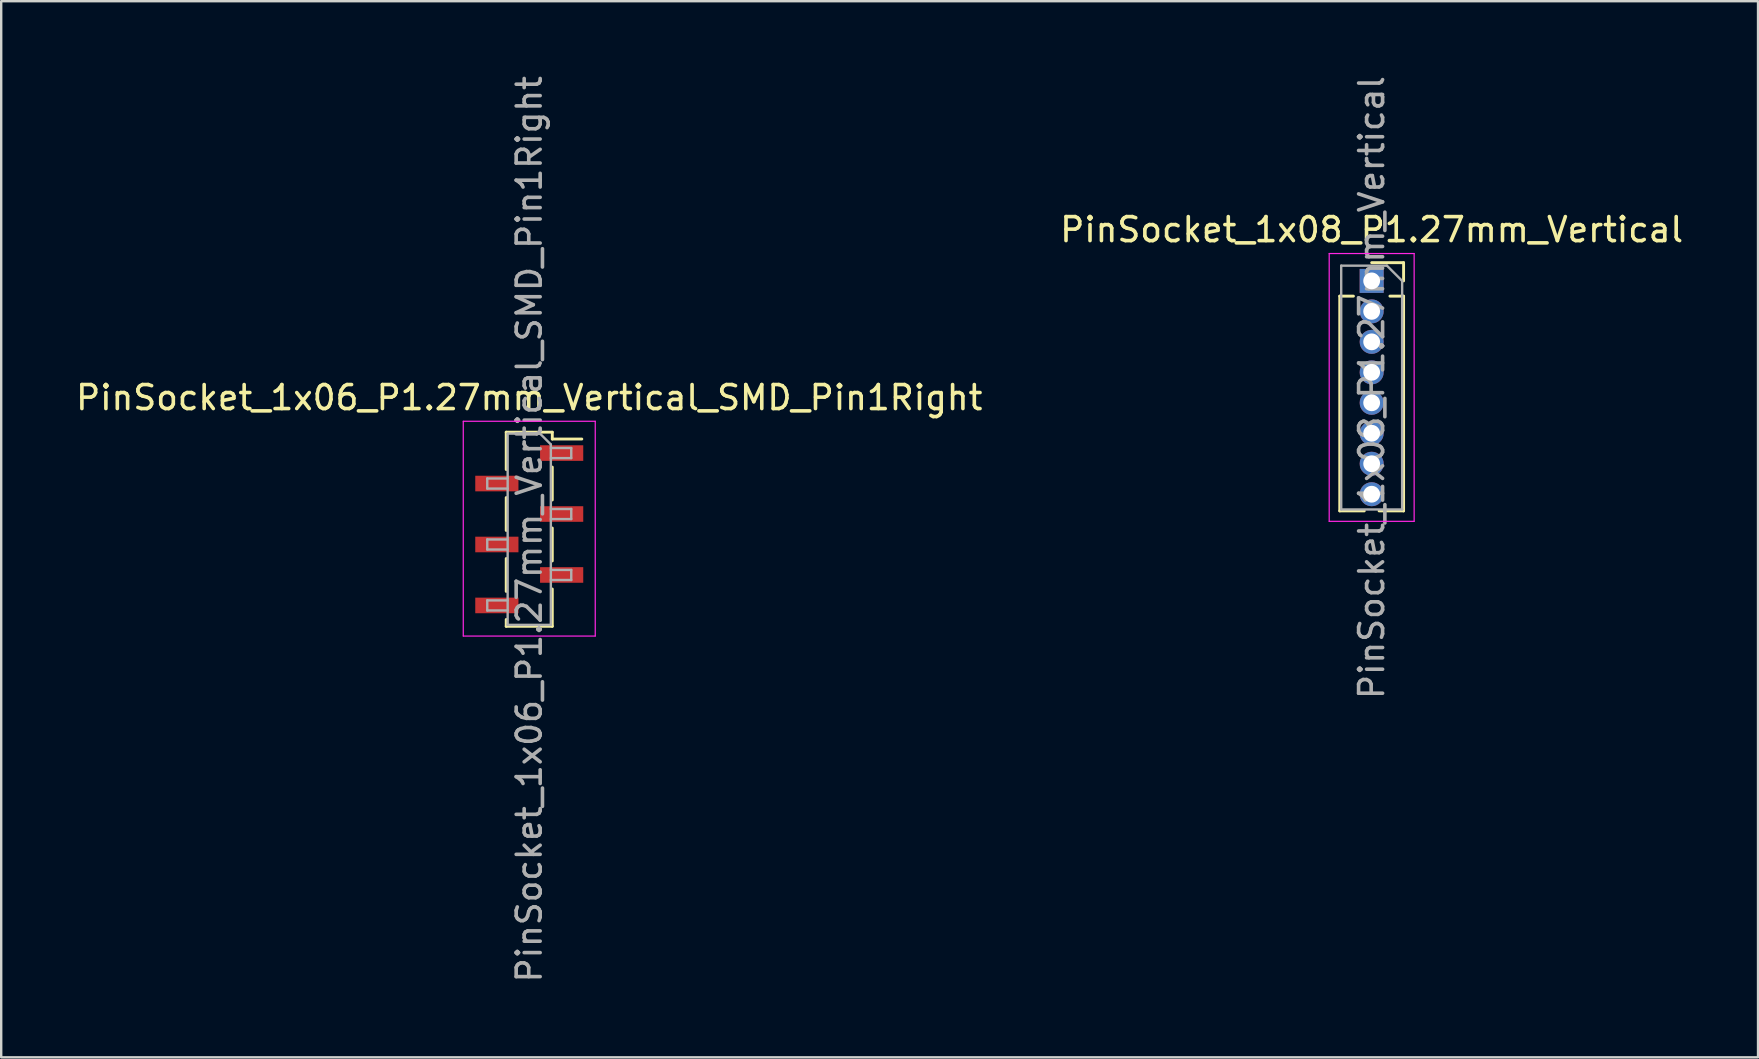
<source format=kicad_pcb>
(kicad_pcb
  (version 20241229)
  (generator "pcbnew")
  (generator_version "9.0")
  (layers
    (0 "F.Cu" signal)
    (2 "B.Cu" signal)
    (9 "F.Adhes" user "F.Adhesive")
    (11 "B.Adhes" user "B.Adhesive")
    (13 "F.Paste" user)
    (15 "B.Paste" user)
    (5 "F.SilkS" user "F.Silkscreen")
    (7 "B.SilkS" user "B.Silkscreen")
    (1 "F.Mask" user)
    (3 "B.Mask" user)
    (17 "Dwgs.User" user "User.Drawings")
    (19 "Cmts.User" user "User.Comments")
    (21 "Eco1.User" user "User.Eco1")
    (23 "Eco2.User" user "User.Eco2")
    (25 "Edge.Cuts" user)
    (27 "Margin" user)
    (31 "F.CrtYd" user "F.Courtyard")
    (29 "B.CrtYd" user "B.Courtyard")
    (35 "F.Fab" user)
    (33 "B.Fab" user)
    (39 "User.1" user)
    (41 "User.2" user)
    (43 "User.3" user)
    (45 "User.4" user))
  (footprint "PinSocket_1x06_P1.27mm_Vertical_SMD_Pin1Right"
    (layer "F.Cu")
    (at 19.006 19.006)
    (property "Reference" "PinSocket_1x06_P1.27mm_Vertical_SMD_Pin1Right" (at 0 -5.485 0) (layer "F.SilkS") (effects (font (size 1 1) (thickness 0.15))))
    (attr smd)
    (fp_line (start -0.96 -4.045) (end -0.96 -2.49) (stroke (width 0.12) (type solid)) (layer "F.SilkS"))
    (fp_line (start -0.96 -4.045) (end 0.96 -4.045) (stroke (width 0.12) (type solid)) (layer "F.SilkS"))
    (fp_line (start -0.96 -1.32) (end -0.96 0.05) (stroke (width 0.12) (type solid)) (layer "F.SilkS"))
    (fp_line (start -0.96 1.22) (end -0.96 2.59) (stroke (width 0.12) (type solid)) (layer "F.SilkS"))
    (fp_line (start -0.96 3.76) (end -0.96 4.045) (stroke (width 0.12) (type solid)) (layer "F.SilkS"))
    (fp_line (start -0.96 4.045) (end 0.96 4.045) (stroke (width 0.12) (type solid)) (layer "F.SilkS"))
    (fp_line (start 0.96 -4.045) (end 0.96 -3.76) (stroke (width 0.12) (type solid)) (layer "F.SilkS"))
    (fp_line (start 0.96 -3.76) (end 2.19 -3.76) (stroke (width 0.12) (type solid)) (layer "F.SilkS"))
    (fp_line (start 0.96 -2.59) (end 0.96 -1.22) (stroke (width 0.12) (type solid)) (layer "F.SilkS"))
    (fp_line (start 0.96 -0.05) (end 0.96 1.32) (stroke (width 0.12) (type solid)) (layer "F.SilkS"))
    (fp_line (start 0.96 2.49) (end 0.96 4.045) (stroke (width 0.12) (type solid)) (layer "F.SilkS"))
    (fp_line (start -2.75 -4.5) (end 2.75 -4.5) (stroke (width 0.05) (type solid)) (layer "F.CrtYd"))
    (fp_line (start -2.75 4.45) (end -2.75 -4.5) (stroke (width 0.05) (type solid)) (layer "F.CrtYd"))
    (fp_line (start 2.75 -4.5) (end 2.75 4.45) (stroke (width 0.05) (type solid)) (layer "F.CrtYd"))
    (fp_line (start 2.75 4.45) (end -2.75 4.45) (stroke (width 0.05) (type solid)) (layer "F.CrtYd"))
    (fp_line (start -1.75 -2.115) (end -0.9 -2.115) (stroke (width 0.1) (type solid)) (layer "F.Fab"))
    (fp_line (start -1.75 -1.695) (end -1.75 -2.115) (stroke (width 0.1) (type solid)) (layer "F.Fab"))
    (fp_line (start -1.75 0.425) (end -0.9 0.425) (stroke (width 0.1) (type solid)) (layer "F.Fab"))
    (fp_line (start -1.75 0.845) (end -1.75 0.425) (stroke (width 0.1) (type solid)) (layer "F.Fab"))
    (fp_line (start -1.75 2.965) (end -0.9 2.965) (stroke (width 0.1) (type solid)) (layer "F.Fab"))
    (fp_line (start -1.75 3.385) (end -1.75 2.965) (stroke (width 0.1) (type solid)) (layer "F.Fab"))
    (fp_line (start -0.9 -3.985) (end 0.45 -3.985) (stroke (width 0.1) (type solid)) (layer "F.Fab"))
    (fp_line (start -0.9 -1.695) (end -1.75 -1.695) (stroke (width 0.1) (type solid)) (layer "F.Fab"))
    (fp_line (start -0.9 0.845) (end -1.75 0.845) (stroke (width 0.1) (type solid)) (layer "F.Fab"))
    (fp_line (start -0.9 3.385) (end -1.75 3.385) (stroke (width 0.1) (type solid)) (layer "F.Fab"))
    (fp_line (start -0.9 3.985) (end -0.9 -3.985) (stroke (width 0.1) (type solid)) (layer "F.Fab"))
    (fp_line (start 0.45 -3.985) (end 0.9 -3.535) (stroke (width 0.1) (type solid)) (layer "F.Fab"))
    (fp_line (start 0.9 -3.535) (end 0.9 3.985) (stroke (width 0.1) (type solid)) (layer "F.Fab"))
    (fp_line (start 0.9 -3.385) (end 1.75 -3.385) (stroke (width 0.1) (type solid)) (layer "F.Fab"))
    (fp_line (start 0.9 -0.845) (end 1.75 -0.845) (stroke (width 0.1) (type solid)) (layer "F.Fab"))
    (fp_line (start 0.9 1.695) (end 1.75 1.695) (stroke (width 0.1) (type solid)) (layer "F.Fab"))
    (fp_line (start 0.9 3.985) (end -0.9 3.985) (stroke (width 0.1) (type solid)) (layer "F.Fab"))
    (fp_line (start 1.75 -3.385) (end 1.75 -2.965) (stroke (width 0.1) (type solid)) (layer "F.Fab"))
    (fp_line (start 1.75 -2.965) (end 0.9 -2.965) (stroke (width 0.1) (type solid)) (layer "F.Fab"))
    (fp_line (start 1.75 -0.845) (end 1.75 -0.425) (stroke (width 0.1) (type solid)) (layer "F.Fab"))
    (fp_line (start 1.75 -0.425) (end 0.9 -0.425) (stroke (width 0.1) (type solid)) (layer "F.Fab"))
    (fp_line (start 1.75 1.695) (end 1.75 2.115) (stroke (width 0.1) (type solid)) (layer "F.Fab"))
    (fp_line (start 1.75 2.115) (end 0.9 2.115) (stroke (width 0.1) (type solid)) (layer "F.Fab"))
    (fp_text user "${REFERENCE}" (at 0 0 90) (layer "F.Fab") (effects (font (size 1 1) (thickness 0.15))))
    (pad "1" smd rect (at 1.35 -3.175) (size 1.8 0.65) (layers "F.Cu" "F.Mask" "F.Paste"))
    (pad "2" smd rect (at -1.35 -1.905) (size 1.8 0.65) (layers "F.Cu" "F.Mask" "F.Paste"))
    (pad "3" smd rect (at 1.35 -0.635) (size 1.8 0.65) (layers "F.Cu" "F.Mask" "F.Paste"))
    (pad "4" smd rect (at -1.35 0.635) (size 1.8 0.65) (layers "F.Cu" "F.Mask" "F.Paste"))
    (pad "5" smd rect (at 1.35 1.905) (size 1.8 0.65) (layers "F.Cu" "F.Mask" "F.Paste"))
    (pad "6" smd rect (at -1.35 3.175) (size 1.8 0.65) (layers "F.Cu" "F.Mask" "F.Paste")))
  (footprint "PinSocket_1x08_P1.27mm_Vertical"
    (layer "F.Cu")
    (at 54.113 8.656)
    (property "Reference" "PinSocket_1x08_P1.27mm_Vertical" (at 0 -2.135 0) (layer "F.SilkS") (effects (font (size 1 1) (thickness 0.15))))
    (attr through_hole)
    (fp_line (start -1.33 0.635) (end -1.33 9.585) (stroke (width 0.12) (type solid)) (layer "F.SilkS"))
    (fp_line (start -1.33 0.635) (end -0.76 0.635) (stroke (width 0.12) (type solid)) (layer "F.SilkS"))
    (fp_line (start -1.33 9.585) (end -0.308 9.585) (stroke (width 0.12) (type solid)) (layer "F.SilkS"))
    (fp_line (start 0 -0.76) (end 1.33 -0.76) (stroke (width 0.12) (type solid)) (layer "F.SilkS"))
    (fp_line (start 0.308 9.585) (end 1.33 9.585) (stroke (width 0.12) (type solid)) (layer "F.SilkS"))
    (fp_line (start 0.76 0.635) (end 1.33 0.635) (stroke (width 0.12) (type solid)) (layer "F.SilkS"))
    (fp_line (start 1.33 -0.76) (end 1.33 0) (stroke (width 0.12) (type solid)) (layer "F.SilkS"))
    (fp_line (start 1.33 0.635) (end 1.33 9.585) (stroke (width 0.12) (type solid)) (layer "F.SilkS"))
    (fp_line (start -1.77 -1.14) (end 1.77 -1.14) (stroke (width 0.05) (type solid)) (layer "F.CrtYd"))
    (fp_line (start -1.77 10.02) (end -1.77 -1.14) (stroke (width 0.05) (type solid)) (layer "F.CrtYd"))
    (fp_line (start 1.77 -1.14) (end 1.77 10.02) (stroke (width 0.05) (type solid)) (layer "F.CrtYd"))
    (fp_line (start 1.77 10.02) (end -1.77 10.02) (stroke (width 0.05) (type solid)) (layer "F.CrtYd"))
    (fp_line (start -1.27 -0.635) (end 0.635 -0.635) (stroke (width 0.1) (type solid)) (layer "F.Fab"))
    (fp_line (start -1.27 9.525) (end -1.27 -0.635) (stroke (width 0.1) (type solid)) (layer "F.Fab"))
    (fp_line (start 0.635 -0.635) (end 1.27 0) (stroke (width 0.1) (type solid)) (layer "F.Fab"))
    (fp_line (start 1.27 0) (end 1.27 9.525) (stroke (width 0.1) (type solid)) (layer "F.Fab"))
    (fp_line (start 1.27 9.525) (end -1.27 9.525) (stroke (width 0.1) (type solid)) (layer "F.Fab"))
    (fp_text user "${REFERENCE}" (at 0 4.445 90) (layer "F.Fab") (effects (font (size 1 1) (thickness 0.15))))
    (pad "1" thru_hole rect (at 0 0) (size 1 1) (drill 0.7) (layers "*.Cu" "*.Mask"))
    (pad "2" thru_hole circle (at 0 1.27) (size 1 1) (drill 0.7) (layers "*.Cu" "*.Mask"))
    (pad "3" thru_hole circle (at 0 2.54) (size 1 1) (drill 0.7) (layers "*.Cu" "*.Mask"))
    (pad "4" thru_hole circle (at 0 3.81) (size 1 1) (drill 0.7) (layers "*.Cu" "*.Mask"))
    (pad "5" thru_hole circle (at 0 5.08) (size 1 1) (drill 0.7) (layers "*.Cu" "*.Mask"))
    (pad "6" thru_hole circle (at 0 6.35) (size 1 1) (drill 0.7) (layers "*.Cu" "*.Mask"))
    (pad "7" thru_hole circle (at 0 7.62) (size 1 1) (drill 0.7) (layers "*.Cu" "*.Mask"))
    (pad "8" thru_hole circle (at 0 8.89) (size 1 1) (drill 0.7) (layers "*.Cu" "*.Mask")))
  (gr_rect
    (start -3 -3)
    (end 70.214 41.012)
    (stroke (width 0.1) (type default))
    (fill no)
    (layer "Edge.Cuts")))
</source>
